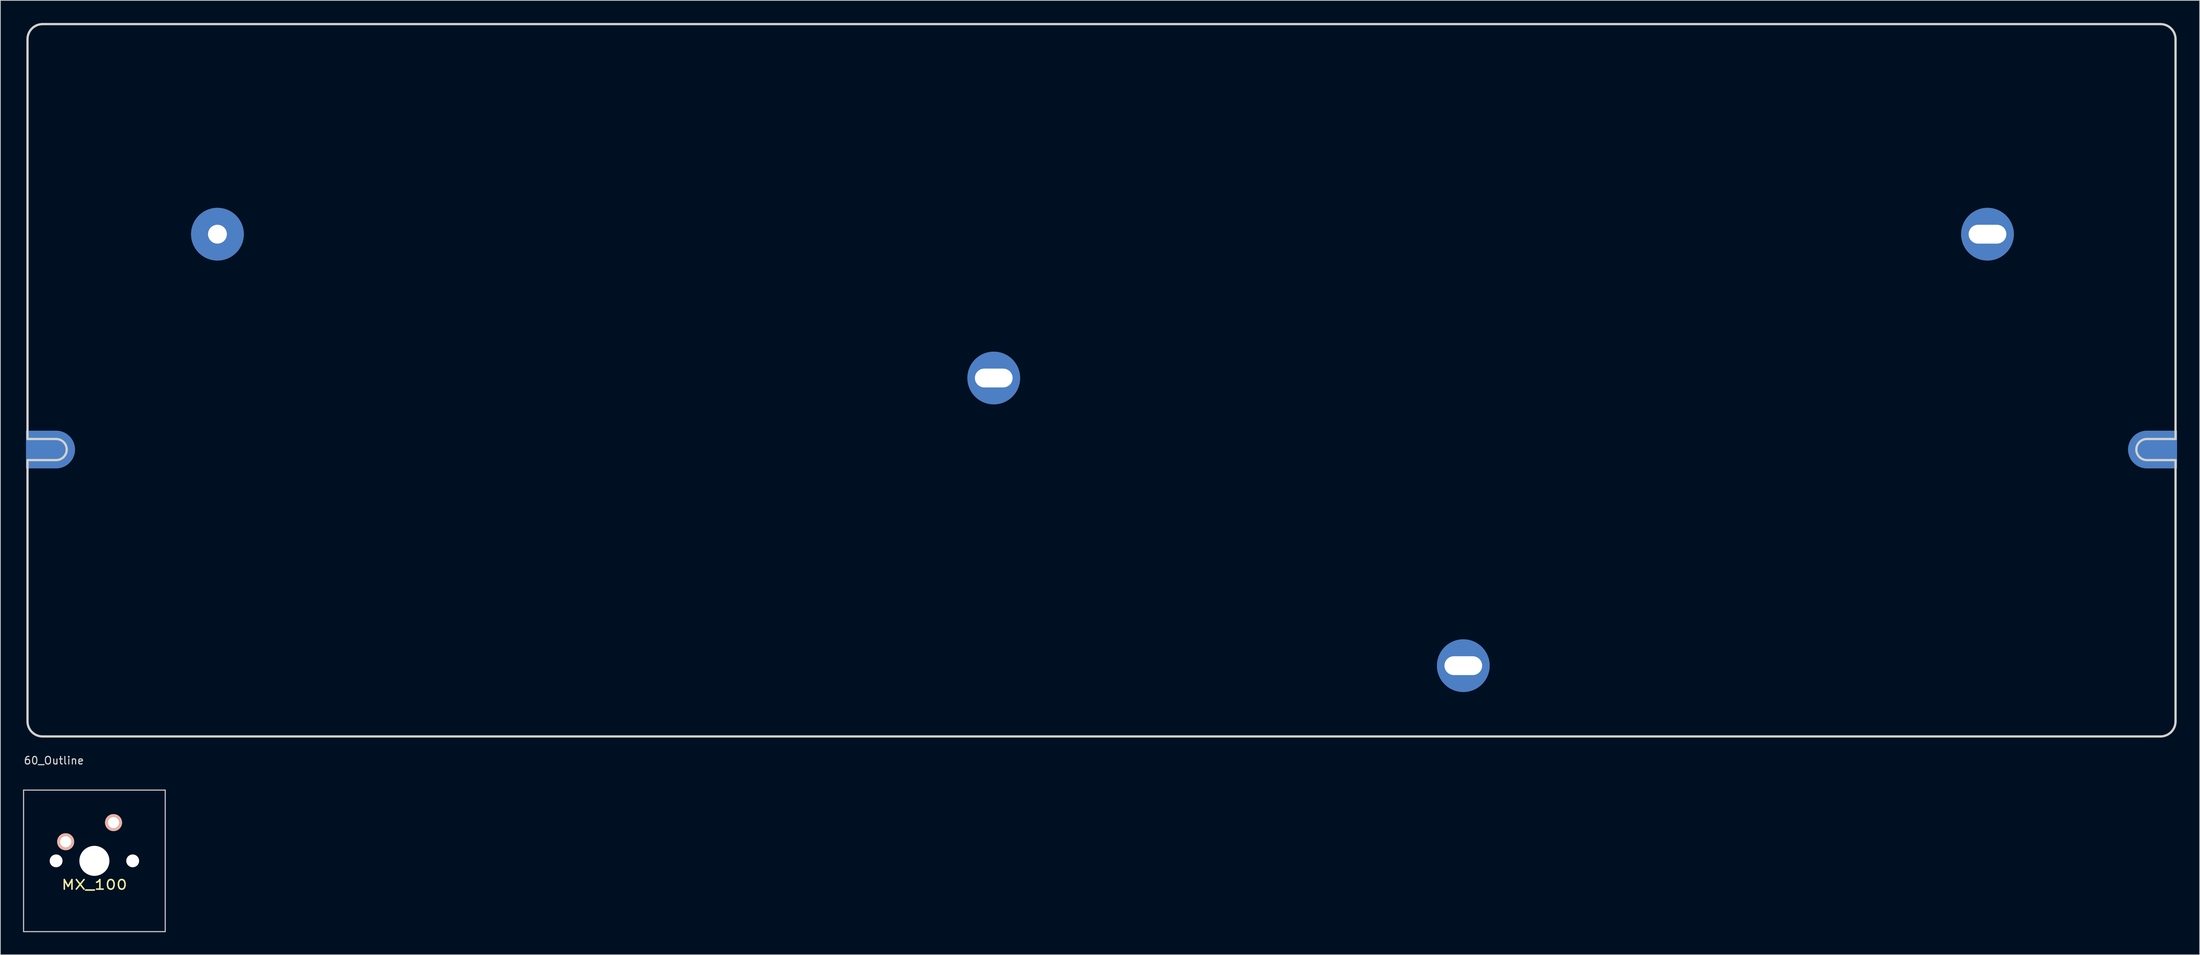
<source format=kicad_pcb>
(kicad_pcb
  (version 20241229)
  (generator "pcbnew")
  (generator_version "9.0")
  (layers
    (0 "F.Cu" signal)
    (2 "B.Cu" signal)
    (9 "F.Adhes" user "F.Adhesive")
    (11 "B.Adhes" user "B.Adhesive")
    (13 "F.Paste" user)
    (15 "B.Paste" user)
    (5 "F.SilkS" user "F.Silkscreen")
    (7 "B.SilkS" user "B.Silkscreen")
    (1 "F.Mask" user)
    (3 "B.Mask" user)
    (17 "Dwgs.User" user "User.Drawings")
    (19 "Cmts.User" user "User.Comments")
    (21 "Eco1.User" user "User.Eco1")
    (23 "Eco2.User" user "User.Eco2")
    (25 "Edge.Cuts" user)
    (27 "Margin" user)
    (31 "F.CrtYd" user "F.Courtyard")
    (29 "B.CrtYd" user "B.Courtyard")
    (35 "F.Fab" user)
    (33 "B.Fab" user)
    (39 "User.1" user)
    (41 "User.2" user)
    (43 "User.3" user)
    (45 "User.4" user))
  (footprint "60_Outline"
    (layer "F.Cu")
    (at 143.101 47.45)
    (property "Reference" "60_Outline" (at -139 50.5 0) (layer "Edge.Cuts") (effects (font (size 1 1) (thickness 0.15))))
    (attr through_hole)
    (fp_line (start -142.5 7.8) (end -142.5 -45.3) (stroke (width 0.3) (type solid)) (layer "Edge.Cuts"))
    (fp_line (start -142.5 10.6) (end -138.7 10.6) (stroke (width 0.3) (type solid)) (layer "Edge.Cuts"))
    (fp_line (start -142.5 45.3) (end -142.5 10.6) (stroke (width 0.3) (type solid)) (layer "Edge.Cuts"))
    (fp_line (start -140.5 47.3) (end 140.5 47.3) (stroke (width 0.3) (type solid)) (layer "Edge.Cuts"))
    (fp_line (start -138.7 7.8) (end -142.5 7.8) (stroke (width 0.3) (type solid)) (layer "Edge.Cuts"))
    (fp_line (start 138.7 7.8) (end 142.5 7.8) (stroke (width 0.3) (type solid)) (layer "Edge.Cuts"))
    (fp_line (start 138.7 10.6) (end 142.5 10.6) (stroke (width 0.3) (type solid)) (layer "Edge.Cuts"))
    (fp_line (start 140.5 -47.3) (end -140.5 -47.3) (stroke (width 0.3) (type solid)) (layer "Edge.Cuts"))
    (fp_line (start 142.5 7.8) (end 142.5 -45.3) (stroke (width 0.3) (type solid)) (layer "Edge.Cuts"))
    (fp_line (start 142.5 10.6) (end 142.5 45.3) (stroke (width 0.3) (type solid)) (layer "Edge.Cuts"))
    (fp_arc (start -142.5 -45.3) (mid -141.914214 -46.714214) (end -140.5 -47.3) (stroke (width 0.3) (type solid)) (layer "Edge.Cuts"))
    (fp_arc (start -140.5 47.3) (mid -141.914214 46.714214) (end -142.5 45.3) (stroke (width 0.3) (type solid)) (layer "Edge.Cuts"))
    (fp_arc (start -138.7 7.8) (mid -137.710051 8.210051) (end -137.3 9.2) (stroke (width 0.3) (type solid)) (layer "Edge.Cuts"))
    (fp_arc (start -137.3 9.2) (mid -137.710051 10.189949) (end -138.7 10.6) (stroke (width 0.3) (type solid)) (layer "Edge.Cuts"))
    (fp_arc (start 137.3 9.2) (mid 137.710051 8.210051) (end 138.7 7.8) (stroke (width 0.3) (type solid)) (layer "Edge.Cuts"))
    (fp_arc (start 138.7 10.6) (mid 137.710051 10.189949) (end 137.3 9.2) (stroke (width 0.3) (type solid)) (layer "Edge.Cuts"))
    (fp_arc (start 140.5 -47.3) (mid 141.914214 -46.714214) (end 142.5 -45.3) (stroke (width 0.3) (type solid)) (layer "Edge.Cuts"))
    (fp_arc (start 142.5 45.3) (mid 141.914214 46.714214) (end 140.5 47.3) (stroke (width 0.3) (type solid)) (layer "Edge.Cuts"))
    (pad "1" smd rect (at -140.7 9.2) (size 4 5.001) (layers "F.Cu" "F.Mask"))
    (pad "1" smd rect (at -140.7 9.2) (size 4 5.001) (layers "B.Cu" "B.Mask"))
    (pad "1" smd circle (at -138.7 9.2) (size 5.001 5.001) (layers "F.Cu" "F.Mask"))
    (pad "1" smd circle (at -138.7 9.2) (size 5.001 5.001) (layers "B.Cu" "B.Mask"))
    (pad "1" thru_hole circle (at -117.3 -19.4) (size 7.001 7.001) (drill 2.499) (layers "*.Cu" "*.Mask"))
    (pad "1" thru_hole circle (at -14.3 -0.3) (size 7 7) (drill oval 5.001 2.499) (layers "*.Cu" "*.Mask"))
    (pad "1" thru_hole circle (at 48 37.9) (size 7 7) (drill oval 5.001 2.499) (layers "*.Cu" "*.Mask"))
    (pad "1" thru_hole circle (at 117.55 -19.4) (size 7 7) (drill oval 5.001 2.499) (layers "*.Cu" "*.Mask"))
    (pad "1" smd circle (at 138.7 9.2) (size 5.001 5.001) (layers "F.Cu" "B.Mask"))
    (pad "1" smd circle (at 138.7 9.2) (size 5.001 5.001) (layers "B.Cu" "B.Mask"))
    (pad "1" smd rect (at 140.7 9.2) (size 4 5.001) (layers "F.Cu" "F.Mask"))
    (pad "1" smd rect (at 140.7 9.2) (size 4 5.001) (layers "B.Cu" "B.Mask")))
  (footprint "MX_100"
    (layer "F.Cu")
    (at 9.474 111.272)
    (property "Reference" "MX_100" (at 0 3.175 0) (layer "F.SilkS") (effects (font (size 1.27 1.524) (thickness 0.203))))
    (attr through_hole)
    (fp_line (start -9.398 -9.398) (end 9.398 -9.398) (stroke (width 0.152) (type solid)) (layer "Dwgs.User"))
    (fp_line (start -9.398 9.398) (end -9.398 -9.398) (stroke (width 0.152) (type solid)) (layer "Dwgs.User"))
    (fp_line (start 9.398 -9.398) (end 9.398 9.398) (stroke (width 0.152) (type solid)) (layer "Dwgs.User"))
    (fp_line (start 9.398 9.398) (end -9.398 9.398) (stroke (width 0.152) (type solid)) (layer "Dwgs.User"))
    (pad "" np_thru_hole circle (at -5.08 0) (size 1.702 1.702) (drill 1.702) (layers "*.Cu"))
    (pad "" np_thru_hole circle (at 0 0) (size 3.988 3.988) (drill 3.988) (layers "*.Cu"))
    (pad "" np_thru_hole circle (at 5.08 0) (size 1.702 1.702) (drill 1.702) (layers "*.Cu"))
    (pad "1" thru_hole circle (at 2.54 -5.08) (size 2.25 2.25) (drill 1.47) (layers "*.Cu" "*.SilkS" "*.Mask"))
    (pad "2" thru_hole circle (at -3.81 -2.54) (size 2.25 2.25) (drill 1.47) (layers "*.Cu" "*.SilkS" "*.Mask")))
  (gr_rect
    (start -3 -3)
    (end 288.801 123.747)
    (stroke (width 0.1) (type default))
    (fill no)
    (layer "Edge.Cuts")))
</source>
